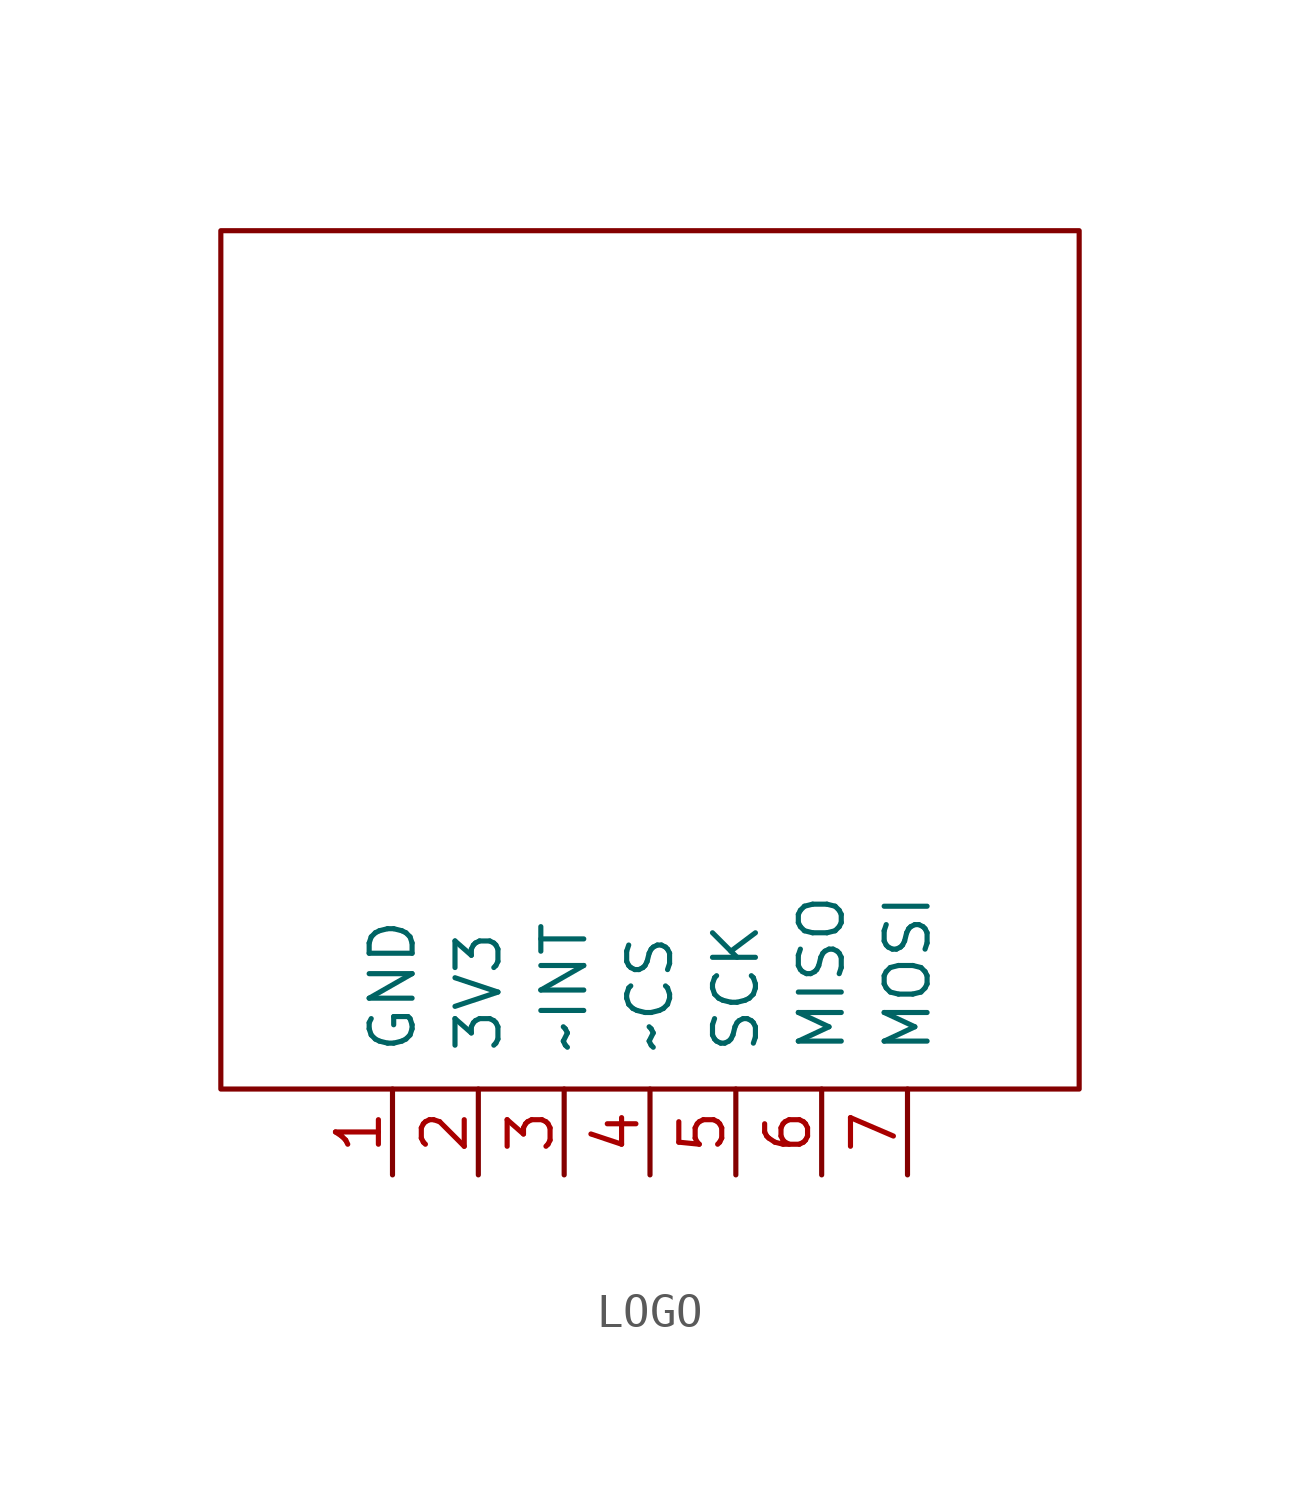
<source format=kicad_sym>
(kicad_symbol_lib
  (version 20220914)
  (generator kicad_symbol_editor)
  (symbol "LOGO"
    (pin_names
      (offset 1.016))
    (property "Reference" "A"
      (at 0 16.51 0)
      (effects (font (size 1.27 1.27)) hide))
    (symbol "LOGO_0_1"
      (rectangle (start -12.7 12.7) (end 12.7 -12.7) (stroke (width 0) (type default)) (fill (type none))))
    (symbol "LOGO_1_1"
      (pin power_in line (at -7.62 -15.24 90) (length 2.54) (name "GND" (effects (font (size 1.27 1.27)))) (number "1" (effects (font (size 1.27 1.27)))))
      (pin power_in line (at -5.08 -15.24 90) (length 2.54) (name "3V3" (effects (font (size 1.27 1.27)))) (number "2" (effects (font (size 1.27 1.27)))))
      (pin output line (at -2.54 -15.24 90) (length 2.54) (name "~INT" (effects (font (size 1.27 1.27)))) (number "3" (effects (font (size 1.27 1.27)))))
      (pin input line (at 0 -15.24 90) (length 2.54) (name "~CS" (effects (font (size 1.27 1.27)))) (number "4" (effects (font (size 1.27 1.27)))))
      (pin input line (at 2.54 -15.24 90) (length 2.54) (name "SCK" (effects (font (size 1.27 1.27)))) (number "5" (effects (font (size 1.27 1.27)))))
      (pin output line (at 5.08 -15.24 90) (length 2.54) (name "MISO" (effects (font (size 1.27 1.27)))) (number "6" (effects (font (size 1.27 1.27)))))
      (pin input line (at 7.62 -15.24 90) (length 2.54) (name "MOSI" (effects (font (size 1.27 1.27)))) (number "7" (effects (font (size 1.27 1.27))))))))
</source>
